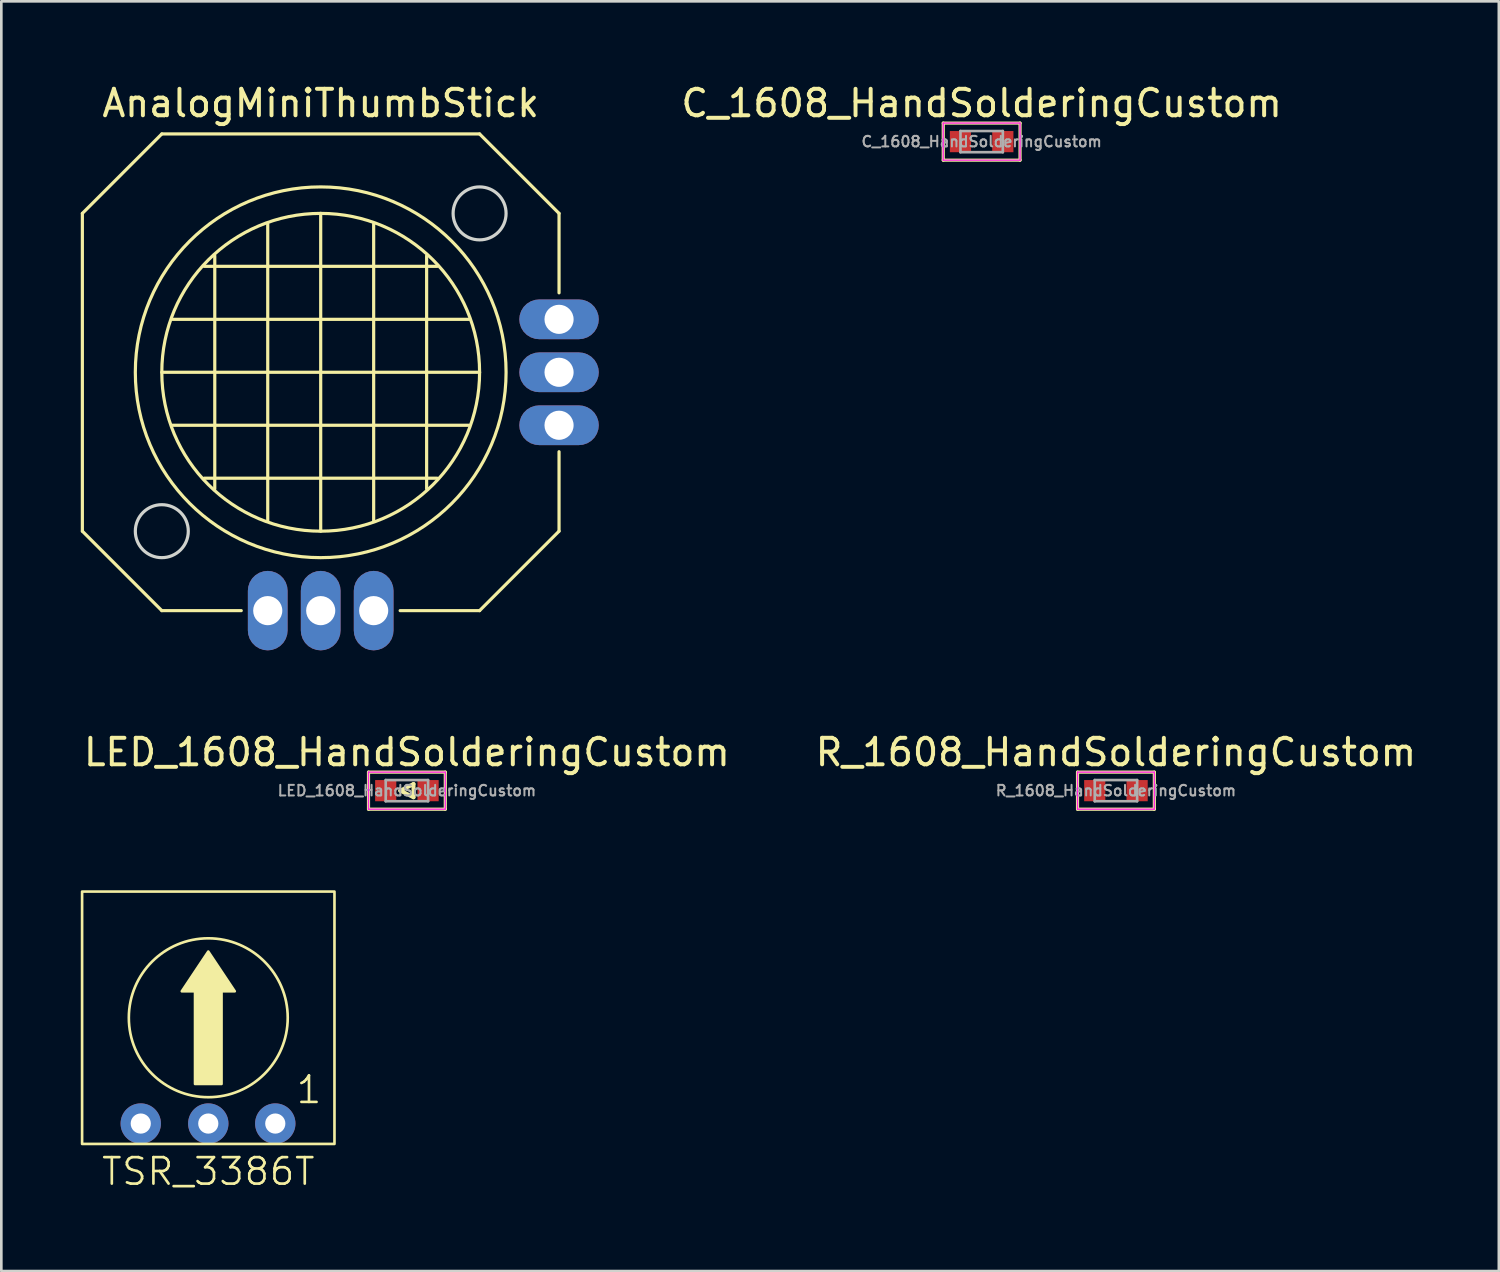
<source format=kicad_pcb>
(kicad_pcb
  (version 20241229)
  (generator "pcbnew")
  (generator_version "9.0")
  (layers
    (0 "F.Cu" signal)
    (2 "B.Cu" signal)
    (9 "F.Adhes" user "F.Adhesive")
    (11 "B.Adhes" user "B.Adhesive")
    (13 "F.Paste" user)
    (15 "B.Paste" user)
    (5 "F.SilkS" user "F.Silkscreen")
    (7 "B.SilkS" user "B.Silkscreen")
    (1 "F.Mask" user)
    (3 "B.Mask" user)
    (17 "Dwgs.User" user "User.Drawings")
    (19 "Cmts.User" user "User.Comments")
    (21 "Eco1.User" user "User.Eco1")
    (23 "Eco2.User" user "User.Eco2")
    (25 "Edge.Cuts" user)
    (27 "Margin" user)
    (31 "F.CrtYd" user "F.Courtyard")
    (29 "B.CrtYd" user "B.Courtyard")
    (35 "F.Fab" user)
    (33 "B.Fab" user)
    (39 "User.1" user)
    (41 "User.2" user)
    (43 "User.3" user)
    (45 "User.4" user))
  (footprint "AnalogMiniThumbStick"
    (layer "F.Cu")
    (at 9.06 11.008)
    (property "Reference" "AnalogMiniThumbStick" (at 0 -10.16 0) (unlocked yes) (layer "F.SilkS") (effects (font (size 1 1) (thickness 0.15))))
    (attr through_hole)
    (fp_line (start -9 -6) (end -6 -9) (stroke (width 0.12) (type solid)) (layer "F.SilkS"))
    (fp_line (start -9 6) (end -9 -6) (stroke (width 0.12) (type solid)) (layer "F.SilkS"))
    (fp_line (start -6 -9) (end 6 -9) (stroke (width 0.12) (type solid)) (layer "F.SilkS"))
    (fp_line (start -6 0) (end 6 0) (stroke (width 0.12) (type solid)) (layer "F.SilkS"))
    (fp_line (start -6 9) (end -9 6) (stroke (width 0.12) (type solid)) (layer "F.SilkS"))
    (fp_line (start -5.6 -2) (end 5.6 -2) (stroke (width 0.12) (type solid)) (layer "F.SilkS"))
    (fp_line (start -5.6 2) (end 5.6 2) (stroke (width 0.12) (type solid)) (layer "F.SilkS"))
    (fp_line (start -4.4 -4) (end 4.4 -4) (stroke (width 0.12) (type solid)) (layer "F.SilkS"))
    (fp_line (start -4 -4.4) (end -4 4.4) (stroke (width 0.12) (type solid)) (layer "F.SilkS"))
    (fp_line (start -3 9) (end -6 9) (stroke (width 0.12) (type solid)) (layer "F.SilkS"))
    (fp_line (start -2 5.6) (end -2 -5.6) (stroke (width 0.12) (type solid)) (layer "F.SilkS"))
    (fp_line (start 0 -6) (end 0 6) (stroke (width 0.12) (type solid)) (layer "F.SilkS"))
    (fp_line (start 2 -5.6) (end 2 5.6) (stroke (width 0.12) (type solid)) (layer "F.SilkS"))
    (fp_line (start 4 4.4) (end 4 -4.4) (stroke (width 0.12) (type solid)) (layer "F.SilkS"))
    (fp_line (start 4.4 4) (end -4.4 4) (stroke (width 0.12) (type solid)) (layer "F.SilkS"))
    (fp_line (start 6 -9) (end 9 -6) (stroke (width 0.12) (type solid)) (layer "F.SilkS"))
    (fp_line (start 6 9) (end 3 9) (stroke (width 0.12) (type solid)) (layer "F.SilkS"))
    (fp_line (start 9 -6) (end 9 -3) (stroke (width 0.12) (type solid)) (layer "F.SilkS"))
    (fp_line (start 9 3) (end 9 6) (stroke (width 0.12) (type solid)) (layer "F.SilkS"))
    (fp_line (start 9 6) (end 6 9) (stroke (width 0.12) (type solid)) (layer "F.SilkS"))
    (fp_circle (center 0 0) (end 0 -7) (stroke (width 0.12) (type solid)) (fill no) (layer "F.SilkS"))
    (fp_circle (center 0 0) (end 0 -6) (stroke (width 0.12) (type solid)) (fill no) (layer "F.SilkS"))
    (fp_circle (center -6 6) (end -5 6) (stroke (width 0.12) (type solid)) (fill no) (layer "Edge.Cuts"))
    (fp_circle (center 6 -6) (end 7 -6) (stroke (width 0.12) (type solid)) (fill no) (layer "Edge.Cuts"))
    (pad "1" thru_hole roundrect (at 9 -2) (size 3 1.5) (drill 1.1) (layers "*.Cu" "*.Mask") (roundrect_rratio 0.5))
    (pad "2" thru_hole roundrect (at 9 0) (size 3 1.5) (drill 1.1) (layers "*.Cu" "*.Mask") (roundrect_rratio 0.5))
    (pad "3" thru_hole roundrect (at 9 2) (size 3 1.5) (drill 1.1) (layers "*.Cu" "*.Mask") (roundrect_rratio 0.5))
    (pad "4" thru_hole roundrect (at -2 9 90) (size 3 1.5) (drill 1.1) (layers "*.Cu" "*.Mask") (roundrect_rratio 0.5))
    (pad "5" thru_hole roundrect (at 0 9 90) (size 3 1.5) (drill 1.1) (layers "*.Cu" "*.Mask") (roundrect_rratio 0.5))
    (pad "6" thru_hole roundrect (at 2 9 90) (size 3 1.5) (drill 1.1) (layers "*.Cu" "*.Mask") (roundrect_rratio 0.5)))
  (footprint "TSR_3386T"
    (layer "F.Cu")
    (at 4.815 35.382)
    (property "Reference" "TSR_3386T" (at 0 5.805 0) (unlocked yes) (layer "F.SilkS") (effects (font (size 1 1) (thickness 0.1))))
    (attr through_hole)
    (fp_rect (start -4.765 -4.765) (end 4.765 4.765) (stroke (width 0.1) (type default)) (fill no) (layer "F.SilkS"))
    (fp_circle (center 0 0) (end 3 0) (stroke (width 0.1) (type default)) (fill no) (layer "F.SilkS"))
    (fp_poly (pts (xy -0.5 2.5) (xy 0.5 2.5) (xy 0.5 -1) (xy 1 -1) (xy 0 -2.5) (xy -1 -1) (xy -0.5 -1)) (stroke (width 0.1) (type solid)) (fill yes) (layer "F.SilkS"))
    (fp_line (start -4.765 -4.765) (end 4.765 4.765) (stroke (width 0.1) (type default)) (layer "User.1"))
    (fp_line (start -4.765 4.765) (end 4.765 -4.765) (stroke (width 0.1) (type default)) (layer "User.1"))
    (fp_text user "1" (at 3.26 3.305 0) (unlocked yes) (layer "F.SilkS") (effects (font (size 1 1) (thickness 0.1)) (justify left bottom)))
    (pad "1" thru_hole circle (at 2.53 3.995) (size 1.524 1.524) (drill 0.762) (layers "*.Cu" "*.Mask"))
    (pad "2" thru_hole circle (at 0 3.995) (size 1.524 1.524) (drill 0.762) (layers "*.Cu" "*.Mask"))
    (pad "3" thru_hole circle (at -2.55 3.995) (size 1.524 1.524) (drill 0.762) (layers "*.Cu" "*.Mask")))
  (footprint "LED_1608_HandSolderingCustom"
    (layer "F.Cu")
    (at 12.315 26.806)
    (property "Reference" "LED_1608_HandSolderingCustom" (at 0 -1.45 0) (layer "F.SilkS") (effects (font (size 1 1) (thickness 0.15))))
    (attr smd)
    (fp_line (start -1.45 -0.7) (end -1.45 0.7) (stroke (width 0.12) (type solid)) (layer "F.SilkS"))
    (fp_line (start -1.45 -0.7) (end 1.45 -0.7) (stroke (width 0.12) (type solid)) (layer "F.SilkS"))
    (fp_line (start -0.25 0) (end 0.25 -0.25) (stroke (width 0.15) (type solid)) (layer "F.SilkS"))
    (fp_line (start -0.25 0) (end 0.25 0.25) (stroke (width 0.15) (type solid)) (layer "F.SilkS"))
    (fp_line (start 0.25 -0.25) (end 0.25 0.25) (stroke (width 0.15) (type solid)) (layer "F.SilkS"))
    (fp_line (start 1.45 -0.7) (end 1.45 0.7) (stroke (width 0.12) (type solid)) (layer "F.SilkS"))
    (fp_line (start 1.45 0.7) (end -1.45 0.7) (stroke (width 0.12) (type solid)) (layer "F.SilkS"))
    (fp_line (start -1.45 -0.7) (end -1.45 0.7) (stroke (width 0.05) (type solid)) (layer "F.CrtYd"))
    (fp_line (start -1.45 -0.7) (end 1.45 -0.7) (stroke (width 0.05) (type solid)) (layer "F.CrtYd"))
    (fp_line (start 1.45 0.7) (end -1.45 0.7) (stroke (width 0.05) (type solid)) (layer "F.CrtYd"))
    (fp_line (start 1.45 0.7) (end 1.45 -0.7) (stroke (width 0.05) (type solid)) (layer "F.CrtYd"))
    (fp_line (start -0.8 -0.4) (end 0.8 -0.4) (stroke (width 0.1) (type solid)) (layer "F.Fab"))
    (fp_line (start -0.8 0.4) (end -0.8 -0.4) (stroke (width 0.1) (type solid)) (layer "F.Fab"))
    (fp_line (start 0.8 -0.4) (end 0.8 0.4) (stroke (width 0.1) (type solid)) (layer "F.Fab"))
    (fp_line (start 0.8 0.4) (end -0.8 0.4) (stroke (width 0.1) (type solid)) (layer "F.Fab"))
    (fp_text user "${REFERENCE}" (at 0 0 0) (layer "F.Fab") (effects (font (size 0.4 0.4) (thickness 0.075))))
    (pad "1" smd rect (at -0.8 0) (size 0.8 0.8) (layers "F.Cu" "F.Mask" "F.Paste"))
    (pad "2" smd rect (at 0.8 0) (size 0.8 0.8) (layers "F.Cu" "F.Mask" "F.Paste")))
  (footprint "C_1608_HandSolderingCustom"
    (layer "F.Cu")
    (at 34.018 2.298)
    (property "Reference" "C_1608_HandSolderingCustom" (at 0 -1.45 0) (layer "F.SilkS") (effects (font (size 1 1) (thickness 0.15))))
    (attr smd)
    (fp_line (start -1.45 -0.7) (end -1.45 0.7) (stroke (width 0.12) (type solid)) (layer "F.SilkS"))
    (fp_line (start -1.45 -0.7) (end 1.45 -0.7) (stroke (width 0.12) (type solid)) (layer "F.SilkS"))
    (fp_line (start 1.45 -0.7) (end 1.45 0.7) (stroke (width 0.12) (type solid)) (layer "F.SilkS"))
    (fp_line (start 1.45 0.7) (end -1.45 0.7) (stroke (width 0.12) (type solid)) (layer "F.SilkS"))
    (fp_line (start -1.45 -0.7) (end -1.45 0.7) (stroke (width 0.05) (type solid)) (layer "F.CrtYd"))
    (fp_line (start -1.45 -0.7) (end 1.45 -0.7) (stroke (width 0.05) (type solid)) (layer "F.CrtYd"))
    (fp_line (start 1.45 0.7) (end -1.45 0.7) (stroke (width 0.05) (type solid)) (layer "F.CrtYd"))
    (fp_line (start 1.45 0.7) (end 1.45 -0.7) (stroke (width 0.05) (type solid)) (layer "F.CrtYd"))
    (fp_line (start -0.8 -0.4) (end 0.8 -0.4) (stroke (width 0.1) (type solid)) (layer "F.Fab"))
    (fp_line (start -0.8 0.4) (end -0.8 -0.4) (stroke (width 0.1) (type solid)) (layer "F.Fab"))
    (fp_line (start 0.8 -0.4) (end 0.8 0.4) (stroke (width 0.1) (type solid)) (layer "F.Fab"))
    (fp_line (start 0.8 0.4) (end -0.8 0.4) (stroke (width 0.1) (type solid)) (layer "F.Fab"))
    (fp_text user "${REFERENCE}" (at 0 0 0) (layer "F.Fab") (effects (font (size 0.4 0.4) (thickness 0.075))))
    (pad "1" smd rect (at -0.8 0) (size 0.8 0.8) (layers "F.Cu" "F.Mask" "F.Paste"))
    (pad "2" smd rect (at 0.8 0) (size 0.8 0.8) (layers "F.Cu" "F.Mask" "F.Paste")))
  (footprint "R_1608_HandSolderingCustom"
    (layer "F.Cu")
    (at 39.089 26.806)
    (property "Reference" "R_1608_HandSolderingCustom" (at 0 -1.45 0) (layer "F.SilkS") (effects (font (size 1 1) (thickness 0.15))))
    (attr smd)
    (fp_line (start -1.45 -0.7) (end -1.45 0.7) (stroke (width 0.12) (type solid)) (layer "F.SilkS"))
    (fp_line (start -1.45 -0.7) (end 1.45 -0.7) (stroke (width 0.12) (type solid)) (layer "F.SilkS"))
    (fp_line (start 1.45 -0.7) (end 1.45 0.7) (stroke (width 0.12) (type solid)) (layer "F.SilkS"))
    (fp_line (start 1.45 0.7) (end -1.45 0.7) (stroke (width 0.12) (type solid)) (layer "F.SilkS"))
    (fp_line (start -1.45 -0.7) (end -1.45 0.7) (stroke (width 0.05) (type solid)) (layer "F.CrtYd"))
    (fp_line (start -1.45 -0.7) (end 1.45 -0.7) (stroke (width 0.05) (type solid)) (layer "F.CrtYd"))
    (fp_line (start 1.45 0.7) (end -1.45 0.7) (stroke (width 0.05) (type solid)) (layer "F.CrtYd"))
    (fp_line (start 1.45 0.7) (end 1.45 -0.7) (stroke (width 0.05) (type solid)) (layer "F.CrtYd"))
    (fp_line (start -0.8 -0.4) (end 0.8 -0.4) (stroke (width 0.1) (type solid)) (layer "F.Fab"))
    (fp_line (start -0.8 0.4) (end -0.8 -0.4) (stroke (width 0.1) (type solid)) (layer "F.Fab"))
    (fp_line (start 0.8 -0.4) (end 0.8 0.4) (stroke (width 0.1) (type solid)) (layer "F.Fab"))
    (fp_line (start 0.8 0.4) (end -0.8 0.4) (stroke (width 0.1) (type solid)) (layer "F.Fab"))
    (fp_text user "${REFERENCE}" (at 0 0 0) (layer "F.Fab") (effects (font (size 0.4 0.4) (thickness 0.075))))
    (pad "1" smd rect (at -0.8 0) (size 0.8 0.8) (layers "F.Cu" "F.Mask" "F.Paste"))
    (pad "2" smd rect (at 0.8 0) (size 0.8 0.8) (layers "F.Cu" "F.Mask" "F.Paste")))
  (gr_rect
    (start -3 -3)
    (end 53.548 44.947)
    (stroke (width 0.1) (type default))
    (fill no)
    (layer "Edge.Cuts")))
</source>
